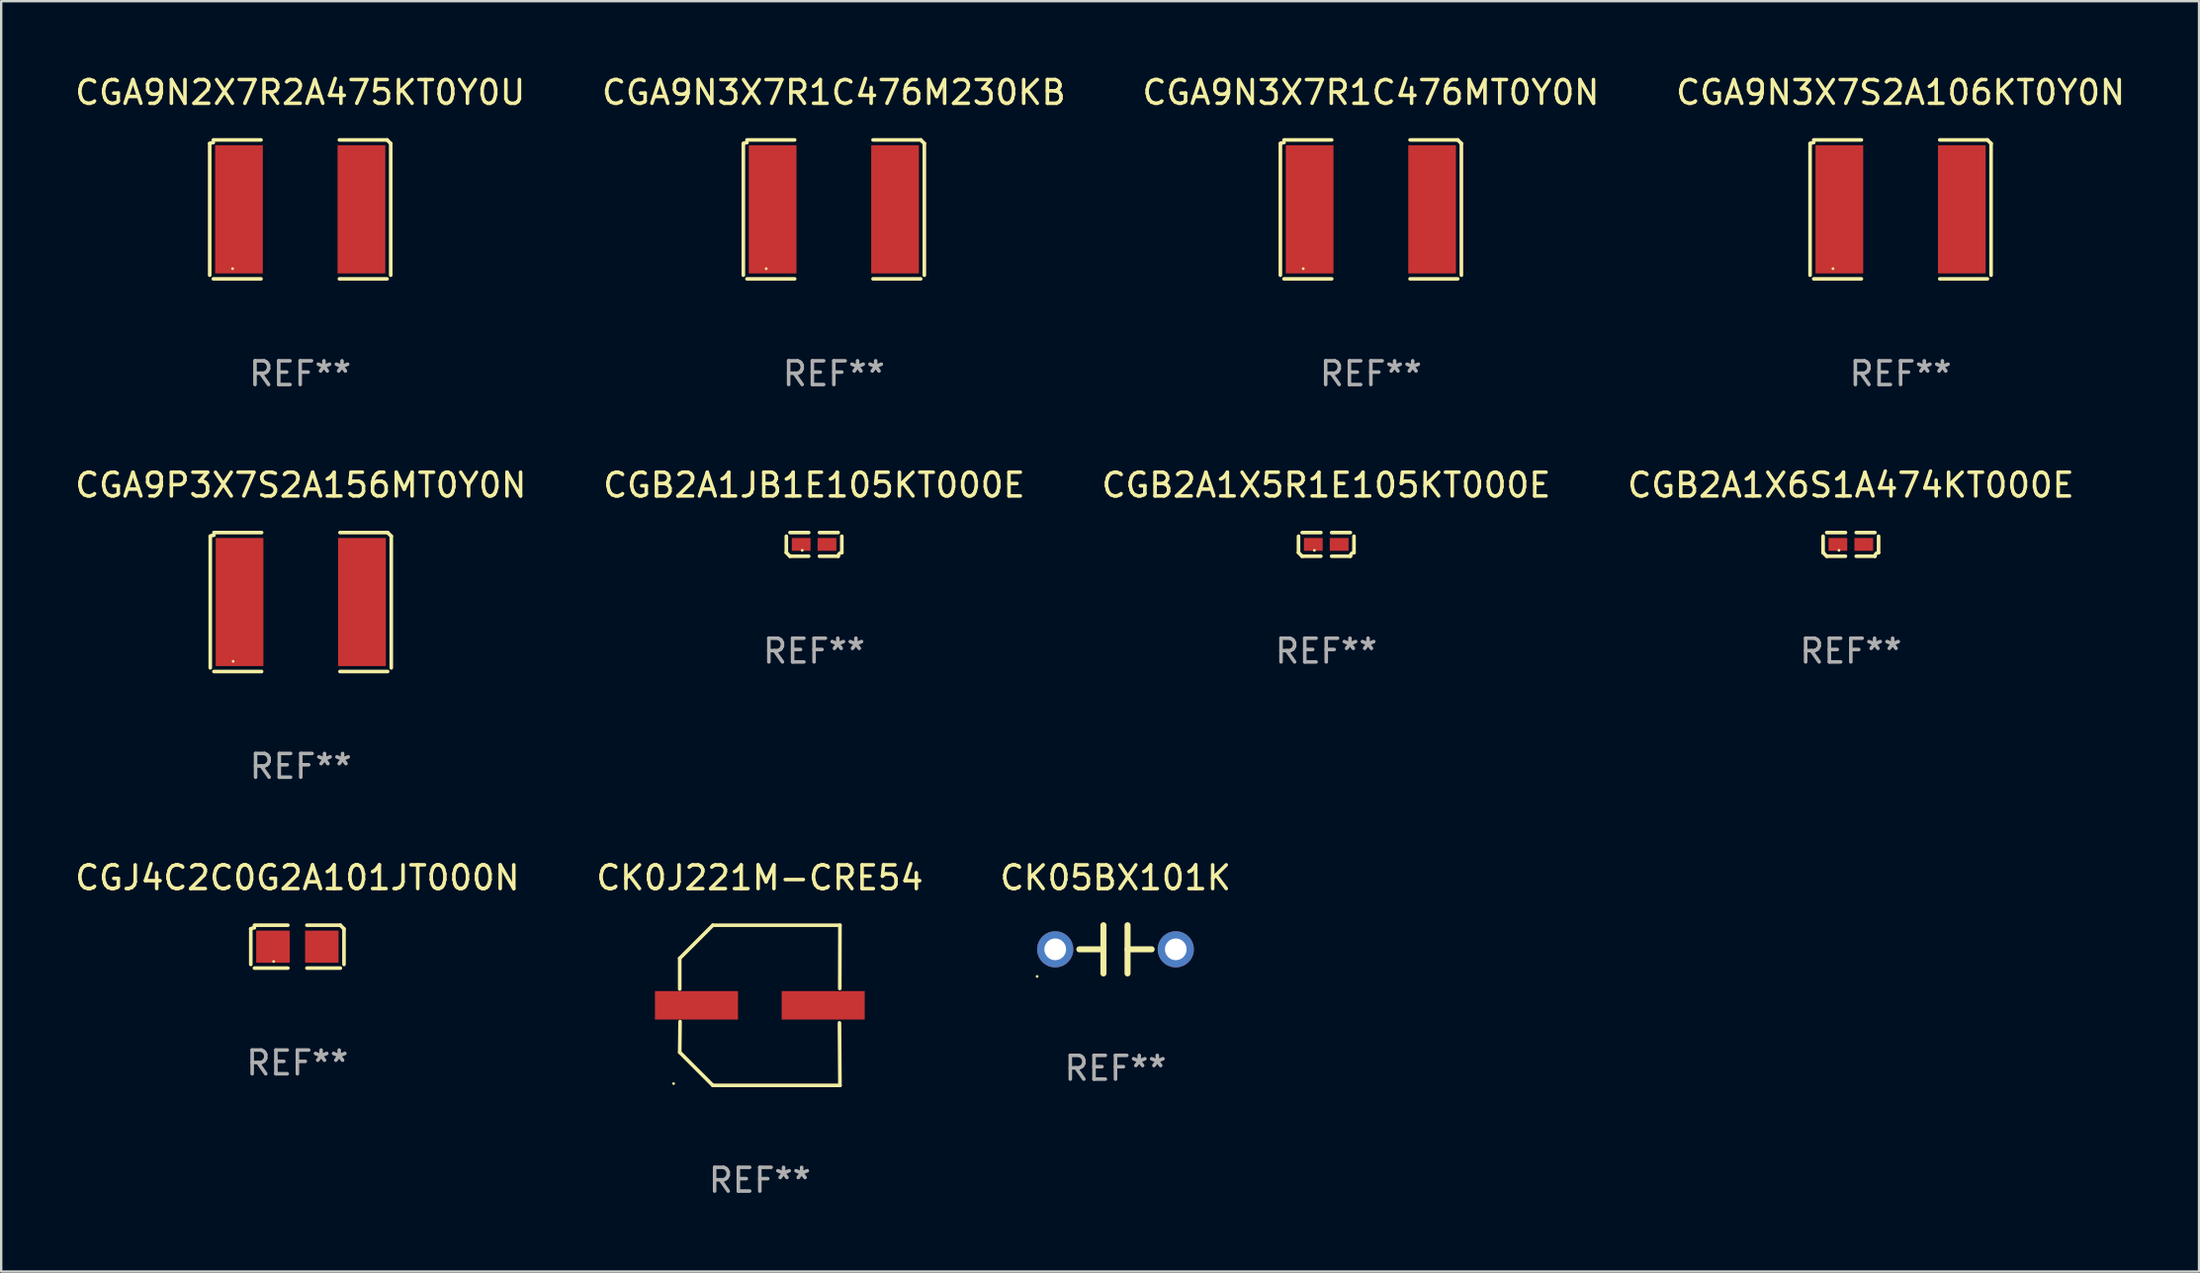
<source format=kicad_pcb>
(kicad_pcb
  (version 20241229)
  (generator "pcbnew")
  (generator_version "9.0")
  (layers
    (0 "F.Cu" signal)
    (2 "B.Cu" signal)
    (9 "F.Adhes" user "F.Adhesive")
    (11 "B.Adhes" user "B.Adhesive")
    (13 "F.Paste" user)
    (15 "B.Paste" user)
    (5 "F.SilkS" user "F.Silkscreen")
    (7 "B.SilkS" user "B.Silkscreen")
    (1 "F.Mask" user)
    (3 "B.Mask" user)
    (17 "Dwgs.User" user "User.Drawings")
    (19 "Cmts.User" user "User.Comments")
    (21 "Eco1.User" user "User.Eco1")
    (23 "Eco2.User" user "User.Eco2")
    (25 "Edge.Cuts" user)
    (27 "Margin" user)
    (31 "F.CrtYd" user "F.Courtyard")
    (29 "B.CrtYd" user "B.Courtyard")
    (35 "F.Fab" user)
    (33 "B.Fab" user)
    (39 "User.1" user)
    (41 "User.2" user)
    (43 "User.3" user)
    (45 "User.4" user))
  (footprint "CGA9N3X7S2A106KT0Y0N"
    (layer "F.Cu")
    (at 77.042 5.777)
    (property "Reference" "CGA9N3X7S2A106KT0Y0N" (at 0 -4.929 0) (layer "F.SilkS") (effects (font (size 1 1) (thickness 0.15))))
    (attr through_hole)
    (fp_line (start -3.814 2.776) (end -3.814 -2.776) (stroke (width 0.152) (type solid)) (layer "F.SilkS"))
    (fp_line (start -3.661 -2.929) (end -1.651 -2.929) (stroke (width 0.152) (type solid)) (layer "F.SilkS"))
    (fp_line (start -1.651 2.929) (end -3.661 2.929) (stroke (width 0.152) (type solid)) (layer "F.SilkS"))
    (fp_line (start 1.651 2.929) (end 3.661 2.929) (stroke (width 0.152) (type solid)) (layer "F.SilkS"))
    (fp_line (start 3.661 -2.929) (end 1.651 -2.929) (stroke (width 0.152) (type solid)) (layer "F.SilkS"))
    (fp_line (start 3.814 2.776) (end 3.814 -2.776) (stroke (width 0.152) (type solid)) (layer "F.SilkS"))
    (fp_arc (start -3.813614 -2.7762) (mid -3.739925 -2.805625) (end -3.661214 -2.815646) (stroke (width 0.1524) (type solid)) (layer "F.SilkS"))
    (fp_arc (start 3.661214 -2.9286) (mid 3.737425 -2.852411) (end 3.813614 -2.7762) (stroke (width 0.1524) (type solid)) (layer "F.SilkS"))
    (fp_circle (center -2.85 2.5) (end -2.82 2.5) (stroke (width 0.06) (type solid)) (fill no) (layer "F.SilkS"))
    (fp_text user "REF**" (at 0 6.929 0) (layer "F.Fab") (effects (font (size 1 1) (thickness 0.15))))
    (pad "1" smd rect (at -2.58 0) (size 2.01 5.4) (layers "F.Cu" "F.Mask" "F.Paste"))
    (pad "2" smd rect (at 2.58 0) (size 2.01 5.4) (layers "F.Cu" "F.Mask" "F.Paste")))
  (footprint "CGB2A1X6S1A474KT000E"
    (layer "F.Cu")
    (at 74.946 19.901)
    (property "Reference" "CGB2A1X6S1A474KT000E" (at 0 -2.499 0) (layer "F.SilkS") (effects (font (size 1 1) (thickness 0.15))))
    (attr through_hole)
    (fp_line (start -1.169 0.346) (end -1.169 -0.346) (stroke (width 0.152) (type solid)) (layer "F.SilkS"))
    (fp_line (start -1.016 -0.499) (end -0.226 -0.499) (stroke (width 0.152) (type solid)) (layer "F.SilkS"))
    (fp_line (start -0.226 0.499) (end -1.016 0.499) (stroke (width 0.152) (type solid)) (layer "F.SilkS"))
    (fp_line (start 0.226 0.499) (end 1.016 0.499) (stroke (width 0.152) (type solid)) (layer "F.SilkS"))
    (fp_line (start 1.016 -0.499) (end 0.226 -0.499) (stroke (width 0.152) (type solid)) (layer "F.SilkS"))
    (fp_line (start 1.169 0.346) (end 1.169 -0.346) (stroke (width 0.152) (type solid)) (layer "F.SilkS"))
    (fp_arc (start -1.016307 0.498603) (mid -1.092512 0.422405) (end -1.16871 0.3462) (stroke (width 0.1524) (type solid)) (layer "F.SilkS"))
    (fp_arc (start 1.016307 0.498603) (mid 1.060899 0.390758) (end 1.168707 0.346076) (stroke (width 0.1524) (type solid)) (layer "F.SilkS"))
    (fp_circle (center -0.5 0.25) (end -0.47 0.25) (stroke (width 0.06) (type solid)) (fill no) (layer "F.SilkS"))
    (fp_text user "REF**" (at 0 4.499 0) (layer "F.Fab") (effects (font (size 1 1) (thickness 0.15))))
    (pad "1" smd rect (at -0.545 0) (size 0.79 0.54) (layers "F.Cu" "F.Mask" "F.Paste"))
    (pad "2" smd rect (at 0.545 0) (size 0.79 0.54) (layers "F.Cu" "F.Mask" "F.Paste")))
  (footprint "CGA9N3X7R1C476M230KB"
    (layer "F.Cu")
    (at 32.089 5.777)
    (property "Reference" "CGA9N3X7R1C476M230KB" (at 0 -4.929 0) (layer "F.SilkS") (effects (font (size 1 1) (thickness 0.15))))
    (attr through_hole)
    (fp_line (start -3.814 2.776) (end -3.814 -2.776) (stroke (width 0.152) (type solid)) (layer "F.SilkS"))
    (fp_line (start -3.661 -2.929) (end -1.651 -2.929) (stroke (width 0.152) (type solid)) (layer "F.SilkS"))
    (fp_line (start -1.651 2.929) (end -3.661 2.929) (stroke (width 0.152) (type solid)) (layer "F.SilkS"))
    (fp_line (start 1.651 2.929) (end 3.661 2.929) (stroke (width 0.152) (type solid)) (layer "F.SilkS"))
    (fp_line (start 3.661 -2.929) (end 1.651 -2.929) (stroke (width 0.152) (type solid)) (layer "F.SilkS"))
    (fp_line (start 3.814 2.776) (end 3.814 -2.776) (stroke (width 0.152) (type solid)) (layer "F.SilkS"))
    (fp_arc (start -3.813614 -2.7762) (mid -3.739925 -2.805625) (end -3.661214 -2.815646) (stroke (width 0.1524) (type solid)) (layer "F.SilkS"))
    (fp_arc (start 3.661214 -2.9286) (mid 3.737425 -2.852411) (end 3.813614 -2.7762) (stroke (width 0.1524) (type solid)) (layer "F.SilkS"))
    (fp_circle (center -2.85 2.5) (end -2.82 2.5) (stroke (width 0.06) (type solid)) (fill no) (layer "F.SilkS"))
    (fp_text user "REF**" (at 0 6.929 0) (layer "F.Fab") (effects (font (size 1 1) (thickness 0.15))))
    (pad "1" smd rect (at -2.58 0) (size 2.01 5.4) (layers "F.Cu" "F.Mask" "F.Paste"))
    (pad "2" smd rect (at 2.58 0) (size 2.01 5.4) (layers "F.Cu" "F.Mask" "F.Paste")))
  (footprint "CK0J221M-CRE54"
    (layer "F.Cu")
    (at 28.97 39.332)
    (property "Reference" "CK0J221M-CRE54" (at 0 -5.376 0) (layer "F.SilkS") (effects (font (size 1 1) (thickness 0.15))))
    (attr through_hole)
    (fp_line (start -3.376 -1.98) (end -3.376 -0.686) (stroke (width 0.152) (type solid)) (layer "F.SilkS"))
    (fp_line (start -3.376 1.981) (end -3.362 0.686) (stroke (width 0.152) (type solid)) (layer "F.SilkS"))
    (fp_line (start -1.981 3.376) (end -3.376 1.981) (stroke (width 0.152) (type solid)) (layer "F.SilkS"))
    (fp_line (start -1.98 -3.376) (end -3.376 -1.98) (stroke (width 0.152) (type solid)) (layer "F.SilkS"))
    (fp_line (start 3.356 0.74) (end 3.376 3.376) (stroke (width 0.152) (type solid)) (layer "F.SilkS"))
    (fp_line (start 3.369 -0.707) (end 3.376 -3.376) (stroke (width 0.152) (type solid)) (layer "F.SilkS"))
    (fp_line (start 3.376 3.376) (end -1.981 3.376) (stroke (width 0.152) (type solid)) (layer "F.SilkS"))
    (fp_line (start 3.376 -3.376) (end -1.98 -3.376) (stroke (width 0.152) (type solid)) (layer "F.SilkS"))
    (fp_circle (center -3.634 3.3) (end -3.604 3.3) (stroke (width 0.06) (type solid)) (fill no) (layer "F.SilkS"))
    (fp_text user "REF**" (at 0 7.376 0) (layer "F.Fab") (effects (font (size 1 1) (thickness 0.15))))
    (pad "1" smd rect (at -2.67 0.000254) (size 3.5 1.2) (layers "F.Cu" "F.Mask" "F.Paste"))
    (pad "2" smd rect (at 2.67 0.000254) (size 3.5 1.2) (layers "F.Cu" "F.Mask" "F.Paste")))
  (footprint "CGB2A1JB1E105KT000E"
    (layer "F.Cu")
    (at 31.256 19.901)
    (property "Reference" "CGB2A1JB1E105KT000E" (at 0 -2.499 0) (layer "F.SilkS") (effects (font (size 1 1) (thickness 0.15))))
    (attr through_hole)
    (fp_line (start -1.169 0.346) (end -1.169 -0.346) (stroke (width 0.152) (type solid)) (layer "F.SilkS"))
    (fp_line (start -1.016 -0.499) (end -0.226 -0.499) (stroke (width 0.152) (type solid)) (layer "F.SilkS"))
    (fp_line (start -0.226 0.499) (end -1.016 0.499) (stroke (width 0.152) (type solid)) (layer "F.SilkS"))
    (fp_line (start 0.226 0.499) (end 1.016 0.499) (stroke (width 0.152) (type solid)) (layer "F.SilkS"))
    (fp_line (start 1.016 -0.499) (end 0.226 -0.499) (stroke (width 0.152) (type solid)) (layer "F.SilkS"))
    (fp_line (start 1.169 0.346) (end 1.169 -0.346) (stroke (width 0.152) (type solid)) (layer "F.SilkS"))
    (fp_arc (start -1.016307 0.498603) (mid -1.092512 0.422405) (end -1.16871 0.3462) (stroke (width 0.1524) (type solid)) (layer "F.SilkS"))
    (fp_arc (start 1.016307 0.498603) (mid 1.060899 0.390758) (end 1.168707 0.346076) (stroke (width 0.1524) (type solid)) (layer "F.SilkS"))
    (fp_circle (center -0.5 0.25) (end -0.47 0.25) (stroke (width 0.06) (type solid)) (fill no) (layer "F.SilkS"))
    (fp_text user "REF**" (at 0 4.499 0) (layer "F.Fab") (effects (font (size 1 1) (thickness 0.15))))
    (pad "1" smd rect (at -0.545 0) (size 0.79 0.54) (layers "F.Cu" "F.Mask" "F.Paste"))
    (pad "2" smd rect (at 0.545 0) (size 0.79 0.54) (layers "F.Cu" "F.Mask" "F.Paste")))
  (footprint "CGA9P3X7S2A156MT0Y0N"
    (layer "F.Cu")
    (at 9.625 22.331)
    (property "Reference" "CGA9P3X7S2A156MT0Y0N" (at 0 -4.929 0) (layer "F.SilkS") (effects (font (size 1 1) (thickness 0.15))))
    (attr through_hole)
    (fp_line (start -3.814 2.776) (end -3.814 -2.776) (stroke (width 0.152) (type solid)) (layer "F.SilkS"))
    (fp_line (start -3.661 -2.929) (end -1.651 -2.929) (stroke (width 0.152) (type solid)) (layer "F.SilkS"))
    (fp_line (start -1.651 2.929) (end -3.661 2.929) (stroke (width 0.152) (type solid)) (layer "F.SilkS"))
    (fp_line (start 1.651 2.929) (end 3.661 2.929) (stroke (width 0.152) (type solid)) (layer "F.SilkS"))
    (fp_line (start 3.661 -2.929) (end 1.651 -2.929) (stroke (width 0.152) (type solid)) (layer "F.SilkS"))
    (fp_line (start 3.814 2.776) (end 3.814 -2.776) (stroke (width 0.152) (type solid)) (layer "F.SilkS"))
    (fp_arc (start -3.813614 -2.7762) (mid -3.739925 -2.805625) (end -3.661214 -2.815646) (stroke (width 0.1524) (type solid)) (layer "F.SilkS"))
    (fp_arc (start 3.661214 -2.9286) (mid 3.737425 -2.852411) (end 3.813614 -2.7762) (stroke (width 0.1524) (type solid)) (layer "F.SilkS"))
    (fp_circle (center -2.85 2.5) (end -2.82 2.5) (stroke (width 0.06) (type solid)) (fill no) (layer "F.SilkS"))
    (fp_text user "REF**" (at 0 6.929 0) (layer "F.Fab") (effects (font (size 1 1) (thickness 0.15))))
    (pad "1" smd rect (at -2.58 0) (size 2.01 5.4) (layers "F.Cu" "F.Mask" "F.Paste"))
    (pad "2" smd rect (at 2.58 0) (size 2.01 5.4) (layers "F.Cu" "F.Mask" "F.Paste")))
  (footprint "CGA9N3X7R1C476MT0Y0N"
    (layer "F.Cu")
    (at 54.72 5.777)
    (property "Reference" "CGA9N3X7R1C476MT0Y0N" (at 0 -4.929 0) (layer "F.SilkS") (effects (font (size 1 1) (thickness 0.15))))
    (attr through_hole)
    (fp_line (start -3.814 2.776) (end -3.814 -2.776) (stroke (width 0.152) (type solid)) (layer "F.SilkS"))
    (fp_line (start -3.661 -2.929) (end -1.651 -2.929) (stroke (width 0.152) (type solid)) (layer "F.SilkS"))
    (fp_line (start -1.651 2.929) (end -3.661 2.929) (stroke (width 0.152) (type solid)) (layer "F.SilkS"))
    (fp_line (start 1.651 2.929) (end 3.661 2.929) (stroke (width 0.152) (type solid)) (layer "F.SilkS"))
    (fp_line (start 3.661 -2.929) (end 1.651 -2.929) (stroke (width 0.152) (type solid)) (layer "F.SilkS"))
    (fp_line (start 3.814 2.776) (end 3.814 -2.776) (stroke (width 0.152) (type solid)) (layer "F.SilkS"))
    (fp_arc (start -3.813614 -2.7762) (mid -3.739925 -2.805625) (end -3.661214 -2.815646) (stroke (width 0.1524) (type solid)) (layer "F.SilkS"))
    (fp_arc (start 3.661214 -2.9286) (mid 3.737425 -2.852411) (end 3.813614 -2.7762) (stroke (width 0.1524) (type solid)) (layer "F.SilkS"))
    (fp_circle (center -2.85 2.5) (end -2.82 2.5) (stroke (width 0.06) (type solid)) (fill no) (layer "F.SilkS"))
    (fp_text user "REF**" (at 0 6.929 0) (layer "F.Fab") (effects (font (size 1 1) (thickness 0.15))))
    (pad "1" smd rect (at -2.58 0) (size 2.01 5.4) (layers "F.Cu" "F.Mask" "F.Paste"))
    (pad "2" smd rect (at 2.58 0) (size 2.01 5.4) (layers "F.Cu" "F.Mask" "F.Paste")))
  (footprint "CGJ4C2C0G2A101JT000N"
    (layer "F.Cu")
    (at 9.482 36.859)
    (property "Reference" "CGJ4C2C0G2A101JT000N" (at 0 -2.904 0) (layer "F.SilkS") (effects (font (size 1 1) (thickness 0.15))))
    (attr through_hole)
    (fp_line (start -1.964 0.751) (end -1.964 -0.751) (stroke (width 0.152) (type solid)) (layer "F.SilkS"))
    (fp_line (start -1.811 -0.904) (end -0.401 -0.904) (stroke (width 0.152) (type solid)) (layer "F.SilkS"))
    (fp_line (start -0.401 0.904) (end -1.811 0.904) (stroke (width 0.152) (type solid)) (layer "F.SilkS"))
    (fp_line (start 0.401 0.904) (end 1.811 0.904) (stroke (width 0.152) (type solid)) (layer "F.SilkS"))
    (fp_line (start 1.811 -0.904) (end 0.401 -0.904) (stroke (width 0.152) (type solid)) (layer "F.SilkS"))
    (fp_line (start 1.964 0.751) (end 1.964 -0.751) (stroke (width 0.152) (type solid)) (layer "F.SilkS"))
    (fp_arc (start -1.963602 -0.751207) (mid -1.890354 -0.783131) (end -1.811201 -0.794044) (stroke (width 0.1524) (type solid)) (layer "F.SilkS"))
    (fp_arc (start 1.811202 -0.903607) (mid 1.887413 -0.827418) (end 1.963602 -0.751207) (stroke (width 0.1524) (type solid)) (layer "F.SilkS"))
    (fp_circle (center -1 0.625) (end -0.97 0.625) (stroke (width 0.06) (type solid)) (fill no) (layer "F.SilkS"))
    (fp_text user "REF**" (at 0 4.904 0) (layer "F.Fab") (effects (font (size 1 1) (thickness 0.15))))
    (pad "1" smd rect (at -1.03 0) (size 1.41 1.35) (layers "F.Cu" "F.Mask" "F.Paste"))
    (pad "2" smd rect (at 1.03 0) (size 1.41 1.35) (layers "F.Cu" "F.Mask" "F.Paste")))
  (footprint "CK05BX101K"
    (layer "F.Cu")
    (at 43.958 36.972)
    (property "Reference" "CK05BX101K" (at 0 -3.016 0) (layer "F.SilkS") (effects (font (size 1 1) (thickness 0.15))))
    (attr through_hole)
    (fp_line (start -1.524 0) (end -0.508 0) (stroke (width 0.254) (type solid)) (layer "F.SilkS"))
    (fp_line (start -0.508 0) (end -0.508 -1.016) (stroke (width 0.254) (type solid)) (layer "F.SilkS"))
    (fp_line (start -0.508 0) (end -0.508 1.016) (stroke (width 0.254) (type solid)) (layer "F.SilkS"))
    (fp_line (start 0.508 -1.016) (end 0.508 1.016) (stroke (width 0.254) (type solid)) (layer "F.SilkS"))
    (fp_line (start 1.524 0) (end 0.508 0) (stroke (width 0.254) (type solid)) (layer "F.SilkS"))
    (fp_circle (center -3.302 1.143) (end -3.272 1.143) (stroke (width 0.06) (type solid)) (fill no) (layer "F.SilkS"))
    (fp_text user "REF**" (at 0 5.016 0) (layer "F.Fab") (effects (font (size 1 1) (thickness 0.15))))
    (pad "1" thru_hole circle (at -2.54 0) (size 1.524 1.524) (drill 0.914) (layers "*.Cu" "*.Mask"))
    (pad "2" thru_hole circle (at 2.54 0) (size 1.524 1.524) (drill 0.914) (layers "*.Cu" "*.Mask")))
  (footprint "CGA9N2X7R2A475KT0Y0U"
    (layer "F.Cu")
    (at 9.601 5.777)
    (property "Reference" "CGA9N2X7R2A475KT0Y0U" (at 0 -4.929 0) (layer "F.SilkS") (effects (font (size 1 1) (thickness 0.15))))
    (attr through_hole)
    (fp_line (start -3.814 2.776) (end -3.814 -2.776) (stroke (width 0.152) (type solid)) (layer "F.SilkS"))
    (fp_line (start -3.661 -2.929) (end -1.651 -2.929) (stroke (width 0.152) (type solid)) (layer "F.SilkS"))
    (fp_line (start -1.651 2.929) (end -3.661 2.929) (stroke (width 0.152) (type solid)) (layer "F.SilkS"))
    (fp_line (start 1.651 2.929) (end 3.661 2.929) (stroke (width 0.152) (type solid)) (layer "F.SilkS"))
    (fp_line (start 3.661 -2.929) (end 1.651 -2.929) (stroke (width 0.152) (type solid)) (layer "F.SilkS"))
    (fp_line (start 3.814 2.776) (end 3.814 -2.776) (stroke (width 0.152) (type solid)) (layer "F.SilkS"))
    (fp_arc (start -3.813614 -2.7762) (mid -3.739925 -2.805625) (end -3.661214 -2.815646) (stroke (width 0.1524) (type solid)) (layer "F.SilkS"))
    (fp_arc (start 3.661214 -2.9286) (mid 3.737425 -2.852411) (end 3.813614 -2.7762) (stroke (width 0.1524) (type solid)) (layer "F.SilkS"))
    (fp_circle (center -2.85 2.5) (end -2.82 2.5) (stroke (width 0.06) (type solid)) (fill no) (layer "F.SilkS"))
    (fp_text user "REF**" (at 0 6.929 0) (layer "F.Fab") (effects (font (size 1 1) (thickness 0.15))))
    (pad "1" smd rect (at -2.58 0) (size 2.01 5.4) (layers "F.Cu" "F.Mask" "F.Paste"))
    (pad "2" smd rect (at 2.58 0) (size 2.01 5.4) (layers "F.Cu" "F.Mask" "F.Paste")))
  (footprint "CGB2A1X5R1E105KT000E"
    (layer "F.Cu")
    (at 52.839 19.901)
    (property "Reference" "CGB2A1X5R1E105KT000E" (at 0 -2.499 0) (layer "F.SilkS") (effects (font (size 1 1) (thickness 0.15))))
    (attr through_hole)
    (fp_line (start -1.169 0.346) (end -1.169 -0.346) (stroke (width 0.152) (type solid)) (layer "F.SilkS"))
    (fp_line (start -1.016 -0.499) (end -0.226 -0.499) (stroke (width 0.152) (type solid)) (layer "F.SilkS"))
    (fp_line (start -0.226 0.499) (end -1.016 0.499) (stroke (width 0.152) (type solid)) (layer "F.SilkS"))
    (fp_line (start 0.226 0.499) (end 1.016 0.499) (stroke (width 0.152) (type solid)) (layer "F.SilkS"))
    (fp_line (start 1.016 -0.499) (end 0.226 -0.499) (stroke (width 0.152) (type solid)) (layer "F.SilkS"))
    (fp_line (start 1.169 0.346) (end 1.169 -0.346) (stroke (width 0.152) (type solid)) (layer "F.SilkS"))
    (fp_arc (start -1.016307 0.498603) (mid -1.092512 0.422405) (end -1.16871 0.3462) (stroke (width 0.1524) (type solid)) (layer "F.SilkS"))
    (fp_arc (start 1.016307 0.498603) (mid 1.060899 0.390758) (end 1.168707 0.346076) (stroke (width 0.1524) (type solid)) (layer "F.SilkS"))
    (fp_circle (center -0.5 0.25) (end -0.47 0.25) (stroke (width 0.06) (type solid)) (fill no) (layer "F.SilkS"))
    (fp_text user "REF**" (at 0 4.499 0) (layer "F.Fab") (effects (font (size 1 1) (thickness 0.15))))
    (pad "1" smd rect (at -0.545 0) (size 0.79 0.54) (layers "F.Cu" "F.Mask" "F.Paste"))
    (pad "2" smd rect (at 0.545 0) (size 0.79 0.54) (layers "F.Cu" "F.Mask" "F.Paste")))
  (gr_rect
    (start -3 -3)
    (end 89.619 50.556)
    (stroke (width 0.1) (type default))
    (fill no)
    (layer "Edge.Cuts")))
</source>
